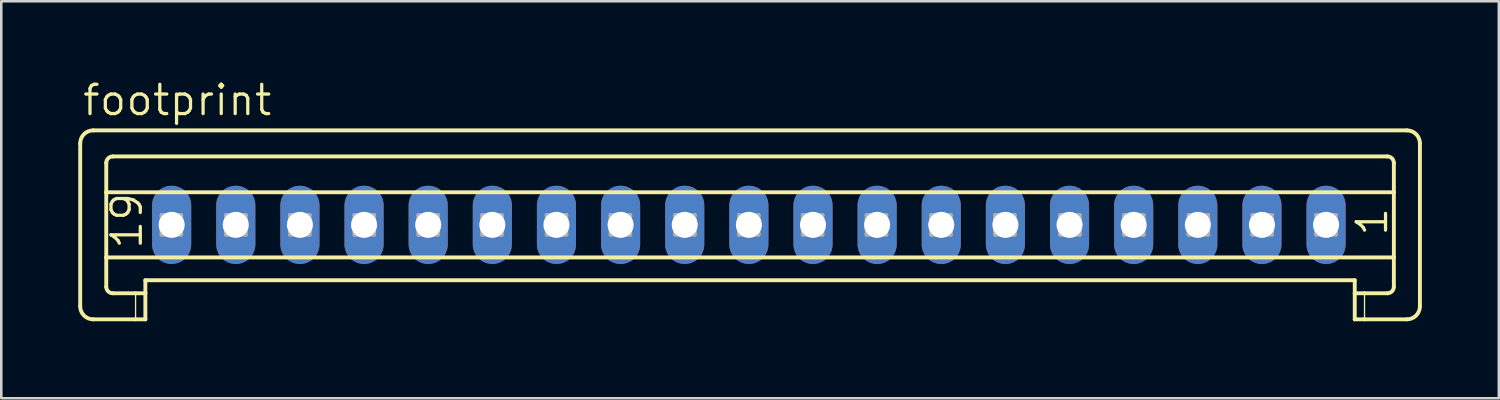
<source format=kicad_pcb>
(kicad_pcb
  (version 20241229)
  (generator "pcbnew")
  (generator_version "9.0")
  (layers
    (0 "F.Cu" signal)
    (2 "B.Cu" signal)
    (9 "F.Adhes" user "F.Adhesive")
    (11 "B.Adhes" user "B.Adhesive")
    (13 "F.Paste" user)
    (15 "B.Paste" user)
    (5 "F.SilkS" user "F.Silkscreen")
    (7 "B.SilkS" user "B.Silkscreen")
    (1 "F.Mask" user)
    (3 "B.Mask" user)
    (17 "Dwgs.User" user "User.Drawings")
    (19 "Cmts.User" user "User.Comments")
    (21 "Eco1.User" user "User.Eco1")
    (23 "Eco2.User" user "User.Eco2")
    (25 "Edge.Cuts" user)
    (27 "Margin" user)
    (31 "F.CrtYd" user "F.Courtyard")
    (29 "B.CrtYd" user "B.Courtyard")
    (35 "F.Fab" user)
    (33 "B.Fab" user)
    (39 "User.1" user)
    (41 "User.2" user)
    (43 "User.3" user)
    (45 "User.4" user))
  (footprint "footprint"
    (layer "F.Cu")
    (at 26.141 5.715)
    (property "Reference" "footprint" (at -26.039 -4.191 0) (layer "F.SilkS") (effects (font (size 1.143 1.143) (thickness 0.127)) (justify left bottom)))
    (fp_line (start -26.065 -3.175) (end -26.065 3.175) (stroke (width 0.152) (type solid)) (layer "F.SilkS"))
    (fp_line (start -25.557 -3.683) (end 25.65 -3.683) (stroke (width 0.152) (type solid)) (layer "F.SilkS"))
    (fp_line (start -25.049 -1.27) (end -25.049 -2.413) (stroke (width 0.152) (type solid)) (layer "F.SilkS"))
    (fp_line (start -25.049 -1.27) (end 25.142 -1.27) (stroke (width 0.152) (type solid)) (layer "F.SilkS"))
    (fp_line (start -25.049 1.27) (end -25.049 -1.27) (stroke (width 0.152) (type solid)) (layer "F.SilkS"))
    (fp_line (start -25.049 1.27) (end 25.142 1.27) (stroke (width 0.152) (type solid)) (layer "F.SilkS"))
    (fp_line (start -25.049 2.413) (end -25.049 1.27) (stroke (width 0.152) (type solid)) (layer "F.SilkS"))
    (fp_line (start -24.795 -2.667) (end 24.888 -2.667) (stroke (width 0.152) (type solid)) (layer "F.SilkS"))
    (fp_line (start -24.795 2.667) (end -23.906 2.667) (stroke (width 0.152) (type solid)) (layer "F.SilkS"))
    (fp_line (start -23.906 2.667) (end -23.906 3.683) (stroke (width 0.051) (type solid)) (layer "F.SilkS"))
    (fp_line (start -23.906 2.667) (end -23.525 2.667) (stroke (width 0.152) (type solid)) (layer "F.SilkS"))
    (fp_line (start -23.906 3.683) (end -25.557 3.683) (stroke (width 0.152) (type solid)) (layer "F.SilkS"))
    (fp_line (start -23.525 2.159) (end 23.618 2.159) (stroke (width 0.152) (type solid)) (layer "F.SilkS"))
    (fp_line (start -23.525 2.667) (end -23.525 2.159) (stroke (width 0.152) (type solid)) (layer "F.SilkS"))
    (fp_line (start -23.525 2.667) (end -23.525 3.683) (stroke (width 0.152) (type solid)) (layer "F.SilkS"))
    (fp_line (start -23.525 3.683) (end -23.906 3.683) (stroke (width 0.152) (type solid)) (layer "F.SilkS"))
    (fp_line (start 23.618 2.667) (end 23.618 2.159) (stroke (width 0.152) (type solid)) (layer "F.SilkS"))
    (fp_line (start 23.618 2.667) (end 23.999 2.667) (stroke (width 0.152) (type solid)) (layer "F.SilkS"))
    (fp_line (start 23.618 3.683) (end 23.618 2.667) (stroke (width 0.152) (type solid)) (layer "F.SilkS"))
    (fp_line (start 23.999 2.667) (end 23.999 3.683) (stroke (width 0.051) (type solid)) (layer "F.SilkS"))
    (fp_line (start 23.999 2.667) (end 24.888 2.667) (stroke (width 0.152) (type solid)) (layer "F.SilkS"))
    (fp_line (start 23.999 3.683) (end 23.618 3.683) (stroke (width 0.152) (type solid)) (layer "F.SilkS"))
    (fp_line (start 25.142 -1.27) (end 25.142 -2.413) (stroke (width 0.152) (type solid)) (layer "F.SilkS"))
    (fp_line (start 25.142 1.27) (end 25.142 -1.27) (stroke (width 0.152) (type solid)) (layer "F.SilkS"))
    (fp_line (start 25.142 2.413) (end 25.142 1.27) (stroke (width 0.152) (type solid)) (layer "F.SilkS"))
    (fp_line (start 25.65 3.683) (end 23.999 3.683) (stroke (width 0.152) (type solid)) (layer "F.SilkS"))
    (fp_line (start 26.158 -3.175) (end 26.158 3.175) (stroke (width 0.152) (type solid)) (layer "F.SilkS"))
    (fp_arc (start -26.065 -3.175) (mid -25.91621 -3.53421) (end -25.557 -3.683) (stroke (width 0.1524) (type solid)) (layer "F.SilkS"))
    (fp_arc (start -25.557 3.683) (mid -25.91621 3.53421) (end -26.065 3.175) (stroke (width 0.1524) (type solid)) (layer "F.SilkS"))
    (fp_arc (start -25.049 -2.413) (mid -24.974605 -2.592605) (end -24.795 -2.667) (stroke (width 0.1524) (type solid)) (layer "F.SilkS"))
    (fp_arc (start -24.795 2.667) (mid -24.974605 2.592605) (end -25.049 2.413) (stroke (width 0.1524) (type solid)) (layer "F.SilkS"))
    (fp_arc (start 24.888 -2.667) (mid 25.067605 -2.592605) (end 25.142 -2.413) (stroke (width 0.1524) (type solid)) (layer "F.SilkS"))
    (fp_arc (start 25.142 2.413) (mid 25.067605 2.592605) (end 24.888 2.667) (stroke (width 0.1524) (type solid)) (layer "F.SilkS"))
    (fp_arc (start 25.65 -3.683) (mid 26.00921 -3.53421) (end 26.158 -3.175) (stroke (width 0.1524) (type solid)) (layer "F.SilkS"))
    (fp_arc (start 26.158 3.175) (mid 26.00921 3.53421) (end 25.65 3.683) (stroke (width 0.1524) (type solid)) (layer "F.SilkS"))
    (fp_line (start -22.89 -0.381) (end -22.89 0.381) (stroke (width 0.152) (type solid)) (layer "F.Fab"))
    (fp_line (start -22.89 -0.381) (end -22.128 0.381) (stroke (width 0.152) (type solid)) (layer "F.Fab"))
    (fp_line (start -22.89 0.381) (end -22.128 0.381) (stroke (width 0.152) (type solid)) (layer "F.Fab"))
    (fp_line (start -22.128 -0.381) (end -22.89 -0.381) (stroke (width 0.152) (type solid)) (layer "F.Fab"))
    (fp_line (start -22.128 -0.381) (end -22.89 0.381) (stroke (width 0.152) (type solid)) (layer "F.Fab"))
    (fp_line (start -22.128 0.381) (end -22.128 -0.381) (stroke (width 0.152) (type solid)) (layer "F.Fab"))
    (fp_line (start -20.375 -0.381) (end -20.375 0.381) (stroke (width 0.152) (type solid)) (layer "F.Fab"))
    (fp_line (start -20.375 -0.381) (end -19.613 0.381) (stroke (width 0.152) (type solid)) (layer "F.Fab"))
    (fp_line (start -20.375 0.381) (end -19.613 0.381) (stroke (width 0.152) (type solid)) (layer "F.Fab"))
    (fp_line (start -19.613 -0.381) (end -20.375 -0.381) (stroke (width 0.152) (type solid)) (layer "F.Fab"))
    (fp_line (start -19.613 -0.381) (end -20.375 0.381) (stroke (width 0.152) (type solid)) (layer "F.Fab"))
    (fp_line (start -19.613 0.381) (end -19.613 -0.381) (stroke (width 0.152) (type solid)) (layer "F.Fab"))
    (fp_line (start -17.886 -0.381) (end -17.886 0.381) (stroke (width 0.152) (type solid)) (layer "F.Fab"))
    (fp_line (start -17.886 -0.381) (end -17.124 0.381) (stroke (width 0.152) (type solid)) (layer "F.Fab"))
    (fp_line (start -17.886 0.381) (end -17.124 0.381) (stroke (width 0.152) (type solid)) (layer "F.Fab"))
    (fp_line (start -17.124 -0.381) (end -17.886 -0.381) (stroke (width 0.152) (type solid)) (layer "F.Fab"))
    (fp_line (start -17.124 -0.381) (end -17.886 0.381) (stroke (width 0.152) (type solid)) (layer "F.Fab"))
    (fp_line (start -17.124 0.381) (end -17.124 -0.381) (stroke (width 0.152) (type solid)) (layer "F.Fab"))
    (fp_line (start -15.371 -0.381) (end -15.371 0.381) (stroke (width 0.152) (type solid)) (layer "F.Fab"))
    (fp_line (start -15.371 -0.381) (end -14.609 0.381) (stroke (width 0.152) (type solid)) (layer "F.Fab"))
    (fp_line (start -15.371 0.381) (end -14.609 0.381) (stroke (width 0.152) (type solid)) (layer "F.Fab"))
    (fp_line (start -14.609 -0.381) (end -15.371 -0.381) (stroke (width 0.152) (type solid)) (layer "F.Fab"))
    (fp_line (start -14.609 -0.381) (end -15.371 0.381) (stroke (width 0.152) (type solid)) (layer "F.Fab"))
    (fp_line (start -14.609 0.381) (end -14.609 -0.381) (stroke (width 0.152) (type solid)) (layer "F.Fab"))
    (fp_line (start -12.882 -0.381) (end -12.882 0.381) (stroke (width 0.152) (type solid)) (layer "F.Fab"))
    (fp_line (start -12.882 -0.381) (end -12.12 0.381) (stroke (width 0.152) (type solid)) (layer "F.Fab"))
    (fp_line (start -12.882 0.381) (end -12.12 0.381) (stroke (width 0.152) (type solid)) (layer "F.Fab"))
    (fp_line (start -12.12 -0.381) (end -12.882 -0.381) (stroke (width 0.152) (type solid)) (layer "F.Fab"))
    (fp_line (start -12.12 -0.381) (end -12.882 0.381) (stroke (width 0.152) (type solid)) (layer "F.Fab"))
    (fp_line (start -12.12 0.381) (end -12.12 -0.381) (stroke (width 0.152) (type solid)) (layer "F.Fab"))
    (fp_line (start -10.393 -0.381) (end -10.393 0.381) (stroke (width 0.152) (type solid)) (layer "F.Fab"))
    (fp_line (start -10.393 -0.381) (end -9.631 0.381) (stroke (width 0.152) (type solid)) (layer "F.Fab"))
    (fp_line (start -10.393 0.381) (end -9.631 0.381) (stroke (width 0.152) (type solid)) (layer "F.Fab"))
    (fp_line (start -9.631 -0.381) (end -10.393 -0.381) (stroke (width 0.152) (type solid)) (layer "F.Fab"))
    (fp_line (start -9.631 -0.381) (end -10.393 0.381) (stroke (width 0.152) (type solid)) (layer "F.Fab"))
    (fp_line (start -9.631 0.381) (end -9.631 -0.381) (stroke (width 0.152) (type solid)) (layer "F.Fab"))
    (fp_line (start -7.878 -0.381) (end -7.878 0.381) (stroke (width 0.152) (type solid)) (layer "F.Fab"))
    (fp_line (start -7.878 -0.381) (end -7.116 0.381) (stroke (width 0.152) (type solid)) (layer "F.Fab"))
    (fp_line (start -7.878 0.381) (end -7.116 0.381) (stroke (width 0.152) (type solid)) (layer "F.Fab"))
    (fp_line (start -7.116 -0.381) (end -7.878 -0.381) (stroke (width 0.152) (type solid)) (layer "F.Fab"))
    (fp_line (start -7.116 -0.381) (end -7.878 0.381) (stroke (width 0.152) (type solid)) (layer "F.Fab"))
    (fp_line (start -7.116 0.381) (end -7.116 -0.381) (stroke (width 0.152) (type solid)) (layer "F.Fab"))
    (fp_line (start -5.389 -0.381) (end -5.389 0.381) (stroke (width 0.152) (type solid)) (layer "F.Fab"))
    (fp_line (start -5.389 -0.381) (end -4.627 0.381) (stroke (width 0.152) (type solid)) (layer "F.Fab"))
    (fp_line (start -5.389 0.381) (end -4.627 0.381) (stroke (width 0.152) (type solid)) (layer "F.Fab"))
    (fp_line (start -4.627 -0.381) (end -5.389 -0.381) (stroke (width 0.152) (type solid)) (layer "F.Fab"))
    (fp_line (start -4.627 -0.381) (end -5.389 0.381) (stroke (width 0.152) (type solid)) (layer "F.Fab"))
    (fp_line (start -4.627 0.381) (end -4.627 -0.381) (stroke (width 0.152) (type solid)) (layer "F.Fab"))
    (fp_line (start -2.875 -0.381) (end -2.875 0.381) (stroke (width 0.152) (type solid)) (layer "F.Fab"))
    (fp_line (start -2.875 -0.381) (end -2.113 0.381) (stroke (width 0.152) (type solid)) (layer "F.Fab"))
    (fp_line (start -2.875 0.381) (end -2.113 0.381) (stroke (width 0.152) (type solid)) (layer "F.Fab"))
    (fp_line (start -2.113 -0.381) (end -2.875 -0.381) (stroke (width 0.152) (type solid)) (layer "F.Fab"))
    (fp_line (start -2.113 -0.381) (end -2.875 0.381) (stroke (width 0.152) (type solid)) (layer "F.Fab"))
    (fp_line (start -2.113 0.381) (end -2.113 -0.381) (stroke (width 0.152) (type solid)) (layer "F.Fab"))
    (fp_line (start -0.385 -0.381) (end -0.385 0.381) (stroke (width 0.152) (type solid)) (layer "F.Fab"))
    (fp_line (start -0.385 -0.381) (end 0.377 0.381) (stroke (width 0.152) (type solid)) (layer "F.Fab"))
    (fp_line (start -0.385 0.381) (end 0.377 0.381) (stroke (width 0.152) (type solid)) (layer "F.Fab"))
    (fp_line (start 0.377 -0.381) (end -0.385 -0.381) (stroke (width 0.152) (type solid)) (layer "F.Fab"))
    (fp_line (start 0.377 -0.381) (end -0.385 0.381) (stroke (width 0.152) (type solid)) (layer "F.Fab"))
    (fp_line (start 0.377 0.381) (end 0.377 -0.381) (stroke (width 0.152) (type solid)) (layer "F.Fab"))
    (fp_line (start 2.104 -0.381) (end 2.104 0.381) (stroke (width 0.152) (type solid)) (layer "F.Fab"))
    (fp_line (start 2.104 -0.381) (end 2.866 0.381) (stroke (width 0.152) (type solid)) (layer "F.Fab"))
    (fp_line (start 2.104 0.381) (end 2.866 0.381) (stroke (width 0.152) (type solid)) (layer "F.Fab"))
    (fp_line (start 2.866 -0.381) (end 2.104 -0.381) (stroke (width 0.152) (type solid)) (layer "F.Fab"))
    (fp_line (start 2.866 -0.381) (end 2.104 0.381) (stroke (width 0.152) (type solid)) (layer "F.Fab"))
    (fp_line (start 2.866 0.381) (end 2.866 -0.381) (stroke (width 0.152) (type solid)) (layer "F.Fab"))
    (fp_line (start 4.593 -0.381) (end 4.593 0.381) (stroke (width 0.152) (type solid)) (layer "F.Fab"))
    (fp_line (start 4.593 -0.381) (end 5.355 0.381) (stroke (width 0.152) (type solid)) (layer "F.Fab"))
    (fp_line (start 4.593 0.381) (end 5.355 0.381) (stroke (width 0.152) (type solid)) (layer "F.Fab"))
    (fp_line (start 5.355 -0.381) (end 4.593 -0.381) (stroke (width 0.152) (type solid)) (layer "F.Fab"))
    (fp_line (start 5.355 -0.381) (end 4.593 0.381) (stroke (width 0.152) (type solid)) (layer "F.Fab"))
    (fp_line (start 5.355 0.381) (end 5.355 -0.381) (stroke (width 0.152) (type solid)) (layer "F.Fab"))
    (fp_line (start 7.108 -0.381) (end 7.108 0.381) (stroke (width 0.152) (type solid)) (layer "F.Fab"))
    (fp_line (start 7.108 -0.381) (end 7.87 0.381) (stroke (width 0.152) (type solid)) (layer "F.Fab"))
    (fp_line (start 7.108 0.381) (end 7.87 0.381) (stroke (width 0.152) (type solid)) (layer "F.Fab"))
    (fp_line (start 7.87 -0.381) (end 7.108 -0.381) (stroke (width 0.152) (type solid)) (layer "F.Fab"))
    (fp_line (start 7.87 -0.381) (end 7.108 0.381) (stroke (width 0.152) (type solid)) (layer "F.Fab"))
    (fp_line (start 7.87 0.381) (end 7.87 -0.381) (stroke (width 0.152) (type solid)) (layer "F.Fab"))
    (fp_line (start 9.597 -0.381) (end 9.597 0.381) (stroke (width 0.152) (type solid)) (layer "F.Fab"))
    (fp_line (start 9.597 -0.381) (end 10.359 0.381) (stroke (width 0.152) (type solid)) (layer "F.Fab"))
    (fp_line (start 9.597 0.381) (end 10.359 0.381) (stroke (width 0.152) (type solid)) (layer "F.Fab"))
    (fp_line (start 10.359 -0.381) (end 9.597 -0.381) (stroke (width 0.152) (type solid)) (layer "F.Fab"))
    (fp_line (start 10.359 -0.381) (end 9.597 0.381) (stroke (width 0.152) (type solid)) (layer "F.Fab"))
    (fp_line (start 10.359 0.381) (end 10.359 -0.381) (stroke (width 0.152) (type solid)) (layer "F.Fab"))
    (fp_line (start 12.137 -0.381) (end 12.137 0.381) (stroke (width 0.152) (type solid)) (layer "F.Fab"))
    (fp_line (start 12.137 -0.381) (end 12.899 0.381) (stroke (width 0.152) (type solid)) (layer "F.Fab"))
    (fp_line (start 12.137 0.381) (end 12.899 0.381) (stroke (width 0.152) (type solid)) (layer "F.Fab"))
    (fp_line (start 12.899 -0.381) (end 12.137 -0.381) (stroke (width 0.152) (type solid)) (layer "F.Fab"))
    (fp_line (start 12.899 -0.381) (end 12.137 0.381) (stroke (width 0.152) (type solid)) (layer "F.Fab"))
    (fp_line (start 12.899 0.381) (end 12.899 -0.381) (stroke (width 0.152) (type solid)) (layer "F.Fab"))
    (fp_line (start 14.626 -0.381) (end 14.626 0.381) (stroke (width 0.152) (type solid)) (layer "F.Fab"))
    (fp_line (start 14.626 -0.381) (end 15.388 0.381) (stroke (width 0.152) (type solid)) (layer "F.Fab"))
    (fp_line (start 14.626 0.381) (end 15.388 0.381) (stroke (width 0.152) (type solid)) (layer "F.Fab"))
    (fp_line (start 15.388 -0.381) (end 14.626 -0.381) (stroke (width 0.152) (type solid)) (layer "F.Fab"))
    (fp_line (start 15.388 -0.381) (end 14.626 0.381) (stroke (width 0.152) (type solid)) (layer "F.Fab"))
    (fp_line (start 15.388 0.381) (end 15.388 -0.381) (stroke (width 0.152) (type solid)) (layer "F.Fab"))
    (fp_line (start 17.141 -0.381) (end 17.141 0.381) (stroke (width 0.152) (type solid)) (layer "F.Fab"))
    (fp_line (start 17.141 -0.381) (end 17.903 0.381) (stroke (width 0.152) (type solid)) (layer "F.Fab"))
    (fp_line (start 17.141 0.381) (end 17.903 0.381) (stroke (width 0.152) (type solid)) (layer "F.Fab"))
    (fp_line (start 17.903 -0.381) (end 17.141 -0.381) (stroke (width 0.152) (type solid)) (layer "F.Fab"))
    (fp_line (start 17.903 -0.381) (end 17.141 0.381) (stroke (width 0.152) (type solid)) (layer "F.Fab"))
    (fp_line (start 17.903 0.381) (end 17.903 -0.381) (stroke (width 0.152) (type solid)) (layer "F.Fab"))
    (fp_line (start 19.63 -0.381) (end 19.63 0.381) (stroke (width 0.152) (type solid)) (layer "F.Fab"))
    (fp_line (start 19.63 -0.381) (end 20.392 0.381) (stroke (width 0.152) (type solid)) (layer "F.Fab"))
    (fp_line (start 19.63 0.381) (end 20.392 0.381) (stroke (width 0.152) (type solid)) (layer "F.Fab"))
    (fp_line (start 20.392 -0.381) (end 19.63 -0.381) (stroke (width 0.152) (type solid)) (layer "F.Fab"))
    (fp_line (start 20.392 -0.381) (end 19.63 0.381) (stroke (width 0.152) (type solid)) (layer "F.Fab"))
    (fp_line (start 20.392 0.381) (end 20.392 -0.381) (stroke (width 0.152) (type solid)) (layer "F.Fab"))
    (fp_line (start 22.119 -0.381) (end 22.119 0.381) (stroke (width 0.152) (type solid)) (layer "F.Fab"))
    (fp_line (start 22.119 -0.381) (end 22.881 0.381) (stroke (width 0.152) (type solid)) (layer "F.Fab"))
    (fp_line (start 22.119 0.381) (end 22.881 0.381) (stroke (width 0.152) (type solid)) (layer "F.Fab"))
    (fp_line (start 22.881 -0.381) (end 22.119 -0.381) (stroke (width 0.152) (type solid)) (layer "F.Fab"))
    (fp_line (start 22.881 -0.381) (end 22.119 0.381) (stroke (width 0.152) (type solid)) (layer "F.Fab"))
    (fp_line (start 22.881 0.381) (end 22.881 -0.381) (stroke (width 0.152) (type solid)) (layer "F.Fab"))
    (fp_text user "1" (at 24.964 0.508 90) (layer "F.SilkS") (effects (font (size 1.143 1.143) (thickness 0.127)) (justify left bottom)))
    (fp_text user "19" (at -23.576 1.016 90) (layer "F.SilkS") (effects (font (size 1.143 1.143) (thickness 0.127)) (justify left bottom)))
    (pad "1" thru_hole oval (at 22.5 0 90) (size 3.048 1.524) (drill 1.016) (layers "*.Cu" "*.Mask"))
    (pad "2" thru_hole oval (at 20 0 90) (size 3.048 1.524) (drill 1.016) (layers "*.Cu" "*.Mask"))
    (pad "3" thru_hole oval (at 17.5 0 90) (size 3.048 1.524) (drill 1.016) (layers "*.Cu" "*.Mask"))
    (pad "4" thru_hole oval (at 15 0 90) (size 3.048 1.524) (drill 1.016) (layers "*.Cu" "*.Mask"))
    (pad "5" thru_hole oval (at 12.5 0 90) (size 3.048 1.524) (drill 1.016) (layers "*.Cu" "*.Mask"))
    (pad "6" thru_hole oval (at 10 0 90) (size 3.048 1.524) (drill 1.016) (layers "*.Cu" "*.Mask"))
    (pad "7" thru_hole oval (at 7.5 0 90) (size 3.048 1.524) (drill 1.016) (layers "*.Cu" "*.Mask"))
    (pad "8" thru_hole oval (at 5 0 90) (size 3.048 1.524) (drill 1.016) (layers "*.Cu" "*.Mask"))
    (pad "9" thru_hole oval (at 2.5 0 90) (size 3.048 1.524) (drill 1.016) (layers "*.Cu" "*.Mask"))
    (pad "10" thru_hole oval (at 0 0 90) (size 3.048 1.524) (drill 1.016) (layers "*.Cu" "*.Mask"))
    (pad "11" thru_hole oval (at -2.5 0 90) (size 3.048 1.524) (drill 1.016) (layers "*.Cu" "*.Mask"))
    (pad "12" thru_hole oval (at -5 0 90) (size 3.048 1.524) (drill 1.016) (layers "*.Cu" "*.Mask"))
    (pad "13" thru_hole oval (at -7.5 0 90) (size 3.048 1.524) (drill 1.016) (layers "*.Cu" "*.Mask"))
    (pad "14" thru_hole oval (at -10 0 90) (size 3.048 1.524) (drill 1.016) (layers "*.Cu" "*.Mask"))
    (pad "15" thru_hole oval (at -12.5 0 90) (size 3.048 1.524) (drill 1.016) (layers "*.Cu" "*.Mask"))
    (pad "16" thru_hole oval (at -15 0 90) (size 3.048 1.524) (drill 1.016) (layers "*.Cu" "*.Mask"))
    (pad "17" thru_hole oval (at -17.5 0 90) (size 3.048 1.524) (drill 1.016) (layers "*.Cu" "*.Mask"))
    (pad "18" thru_hole oval (at -20 0 90) (size 3.048 1.524) (drill 1.016) (layers "*.Cu" "*.Mask"))
    (pad "19" thru_hole oval (at -22.5 0 90) (size 3.048 1.524) (drill 1.016) (layers "*.Cu" "*.Mask")))
  (gr_rect
    (start -3 -3)
    (end 55.375 12.474)
    (stroke (width 0.1) (type default))
    (fill no)
    (layer "Edge.Cuts")))
</source>
